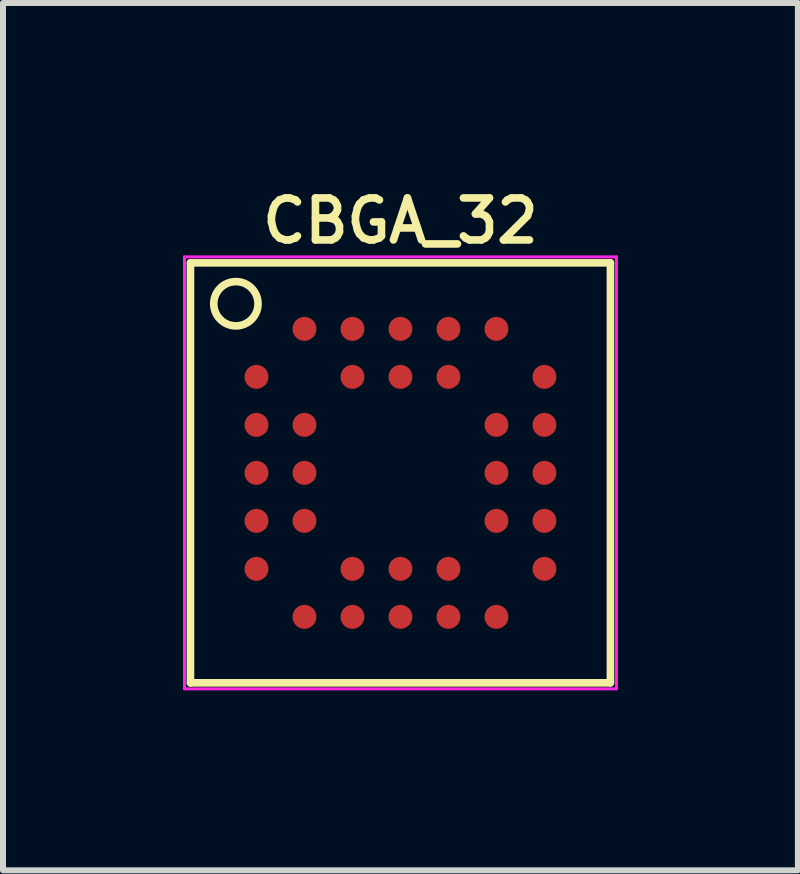
<source format=kicad_pcb>
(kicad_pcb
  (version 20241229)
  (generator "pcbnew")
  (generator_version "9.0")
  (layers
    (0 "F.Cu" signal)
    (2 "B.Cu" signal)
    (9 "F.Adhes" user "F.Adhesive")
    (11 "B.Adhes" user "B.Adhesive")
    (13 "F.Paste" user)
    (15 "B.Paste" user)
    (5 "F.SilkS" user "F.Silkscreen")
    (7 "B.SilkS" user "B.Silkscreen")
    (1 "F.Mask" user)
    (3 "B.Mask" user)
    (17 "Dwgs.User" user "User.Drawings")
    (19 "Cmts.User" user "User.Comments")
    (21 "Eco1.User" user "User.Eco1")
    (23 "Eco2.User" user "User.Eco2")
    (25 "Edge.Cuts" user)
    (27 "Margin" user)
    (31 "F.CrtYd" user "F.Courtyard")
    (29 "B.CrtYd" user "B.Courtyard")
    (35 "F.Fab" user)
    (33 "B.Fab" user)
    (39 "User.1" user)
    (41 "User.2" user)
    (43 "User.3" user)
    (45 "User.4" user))
  (footprint "CBGA_32"
    (layer "F.Cu")
    (at 3.625 4.832)
    (property "Reference" "CBGA_32" (at 0 -4.2 0) (layer "F.SilkS") (effects (font (size 0.7 0.7) (thickness 0.127))))
    (attr smd)
    (fp_line (start -3.5 -3.5) (end -3.5 3.5) (stroke (width 0.127) (type solid)) (layer "F.SilkS"))
    (fp_line (start -3.5 -3.5) (end 3.5 -3.5) (stroke (width 0.127) (type solid)) (layer "F.SilkS"))
    (fp_line (start -3.5 3.5) (end 3.5 3.5) (stroke (width 0.127) (type solid)) (layer "F.SilkS"))
    (fp_line (start 3.5 -3.5) (end 3.5 3.5) (stroke (width 0.127) (type solid)) (layer "F.SilkS"))
    (fp_circle (center -2.743 -2.819) (end -2.743 -3.188) (stroke (width 0.127) (type solid)) (fill no) (layer "F.SilkS"))
    (fp_line (start -3.6 -3.6) (end -3.6 3.6) (stroke (width 0.05) (type solid)) (layer "F.CrtYd"))
    (fp_line (start -3.6 -3.6) (end 3.6 -3.6) (stroke (width 0.05) (type solid)) (layer "F.CrtYd"))
    (fp_line (start 3.6 3.6) (end -3.6 3.6) (stroke (width 0.05) (type solid)) (layer "F.CrtYd"))
    (fp_line (start 3.6 3.6) (end 3.6 -3.6) (stroke (width 0.05) (type solid)) (layer "F.CrtYd"))
    (pad "1B" smd circle (at -2.4 -1.6 180) (size 0.399 0.399) (layers "F.Cu" "F.Mask" "F.Paste"))
    (pad "1C" smd circle (at -2.4 -0.8 180) (size 0.399 0.399) (layers "F.Cu" "F.Mask" "F.Paste"))
    (pad "1D" smd circle (at -2.4 0 180) (size 0.399 0.399) (layers "F.Cu" "F.Mask" "F.Paste"))
    (pad "1E" smd circle (at -2.4 0.8 180) (size 0.399 0.399) (layers "F.Cu" "F.Mask" "F.Paste"))
    (pad "1F" smd circle (at -2.4 1.6 180) (size 0.399 0.399) (layers "F.Cu" "F.Mask" "F.Paste"))
    (pad "2A" smd circle (at -1.6 -2.4 180) (size 0.399 0.399) (layers "F.Cu" "F.Mask" "F.Paste"))
    (pad "2C" smd circle (at -1.6 -0.8 180) (size 0.399 0.399) (layers "F.Cu" "F.Mask" "F.Paste"))
    (pad "2D" smd circle (at -1.6 0 180) (size 0.399 0.399) (layers "F.Cu" "F.Mask" "F.Paste"))
    (pad "2E" smd circle (at -1.6 0.8 180) (size 0.399 0.399) (layers "F.Cu" "F.Mask" "F.Paste"))
    (pad "2G" smd circle (at -1.6 2.4 180) (size 0.399 0.399) (layers "F.Cu" "F.Mask" "F.Paste"))
    (pad "3A" smd circle (at -0.8 -2.4 180) (size 0.399 0.399) (layers "F.Cu" "F.Mask" "F.Paste"))
    (pad "3B" smd circle (at -0.8 -1.6 180) (size 0.399 0.399) (layers "F.Cu" "F.Mask" "F.Paste"))
    (pad "3F" smd circle (at -0.8 1.6 180) (size 0.399 0.399) (layers "F.Cu" "F.Mask" "F.Paste"))
    (pad "3G" smd circle (at -0.8 2.4 180) (size 0.399 0.399) (layers "F.Cu" "F.Mask" "F.Paste"))
    (pad "4A" smd circle (at 0 -2.4 180) (size 0.399 0.399) (layers "F.Cu" "F.Mask" "F.Paste"))
    (pad "4B" smd circle (at 0 -1.6 180) (size 0.399 0.399) (layers "F.Cu" "F.Mask" "F.Paste"))
    (pad "4F" smd circle (at 0 1.6 180) (size 0.399 0.399) (layers "F.Cu" "F.Mask" "F.Paste"))
    (pad "4G" smd circle (at 0 2.4 180) (size 0.399 0.399) (layers "F.Cu" "F.Mask" "F.Paste"))
    (pad "5A" smd circle (at 0.8 -2.4 180) (size 0.399 0.399) (layers "F.Cu" "F.Mask" "F.Paste"))
    (pad "5B" smd circle (at 0.8 -1.6 180) (size 0.399 0.399) (layers "F.Cu" "F.Mask" "F.Paste"))
    (pad "5F" smd circle (at 0.8 1.6 180) (size 0.399 0.399) (layers "F.Cu" "F.Mask" "F.Paste"))
    (pad "5G" smd circle (at 0.8 2.4 180) (size 0.399 0.399) (layers "F.Cu" "F.Mask" "F.Paste"))
    (pad "6A" smd circle (at 1.6 -2.4 180) (size 0.399 0.399) (layers "F.Cu" "F.Mask" "F.Paste"))
    (pad "6C" smd circle (at 1.6 -0.8 180) (size 0.399 0.399) (layers "F.Cu" "F.Mask" "F.Paste"))
    (pad "6D" smd circle (at 1.6 0 180) (size 0.399 0.399) (layers "F.Cu" "F.Mask" "F.Paste"))
    (pad "6E" smd circle (at 1.6 0.8 180) (size 0.399 0.399) (layers "F.Cu" "F.Mask" "F.Paste"))
    (pad "6G" smd circle (at 1.6 2.4 180) (size 0.399 0.399) (layers "F.Cu" "F.Mask" "F.Paste"))
    (pad "7B" smd circle (at 2.4 -1.6 180) (size 0.399 0.399) (layers "F.Cu" "F.Mask" "F.Paste"))
    (pad "7C" smd circle (at 2.4 -0.8 180) (size 0.399 0.399) (layers "F.Cu" "F.Mask" "F.Paste"))
    (pad "7D" smd circle (at 2.4 0 180) (size 0.399 0.399) (layers "F.Cu" "F.Mask" "F.Paste"))
    (pad "7E" smd circle (at 2.4 0.8 180) (size 0.399 0.399) (layers "F.Cu" "F.Mask" "F.Paste"))
    (pad "7F" smd circle (at 2.4 1.6 180) (size 0.399 0.399) (layers "F.Cu" "F.Mask" "F.Paste")))
  (gr_rect
    (start -3 -3)
    (end 10.25 11.457)
    (stroke (width 0.1) (type default))
    (fill no)
    (layer "Edge.Cuts")))
</source>
